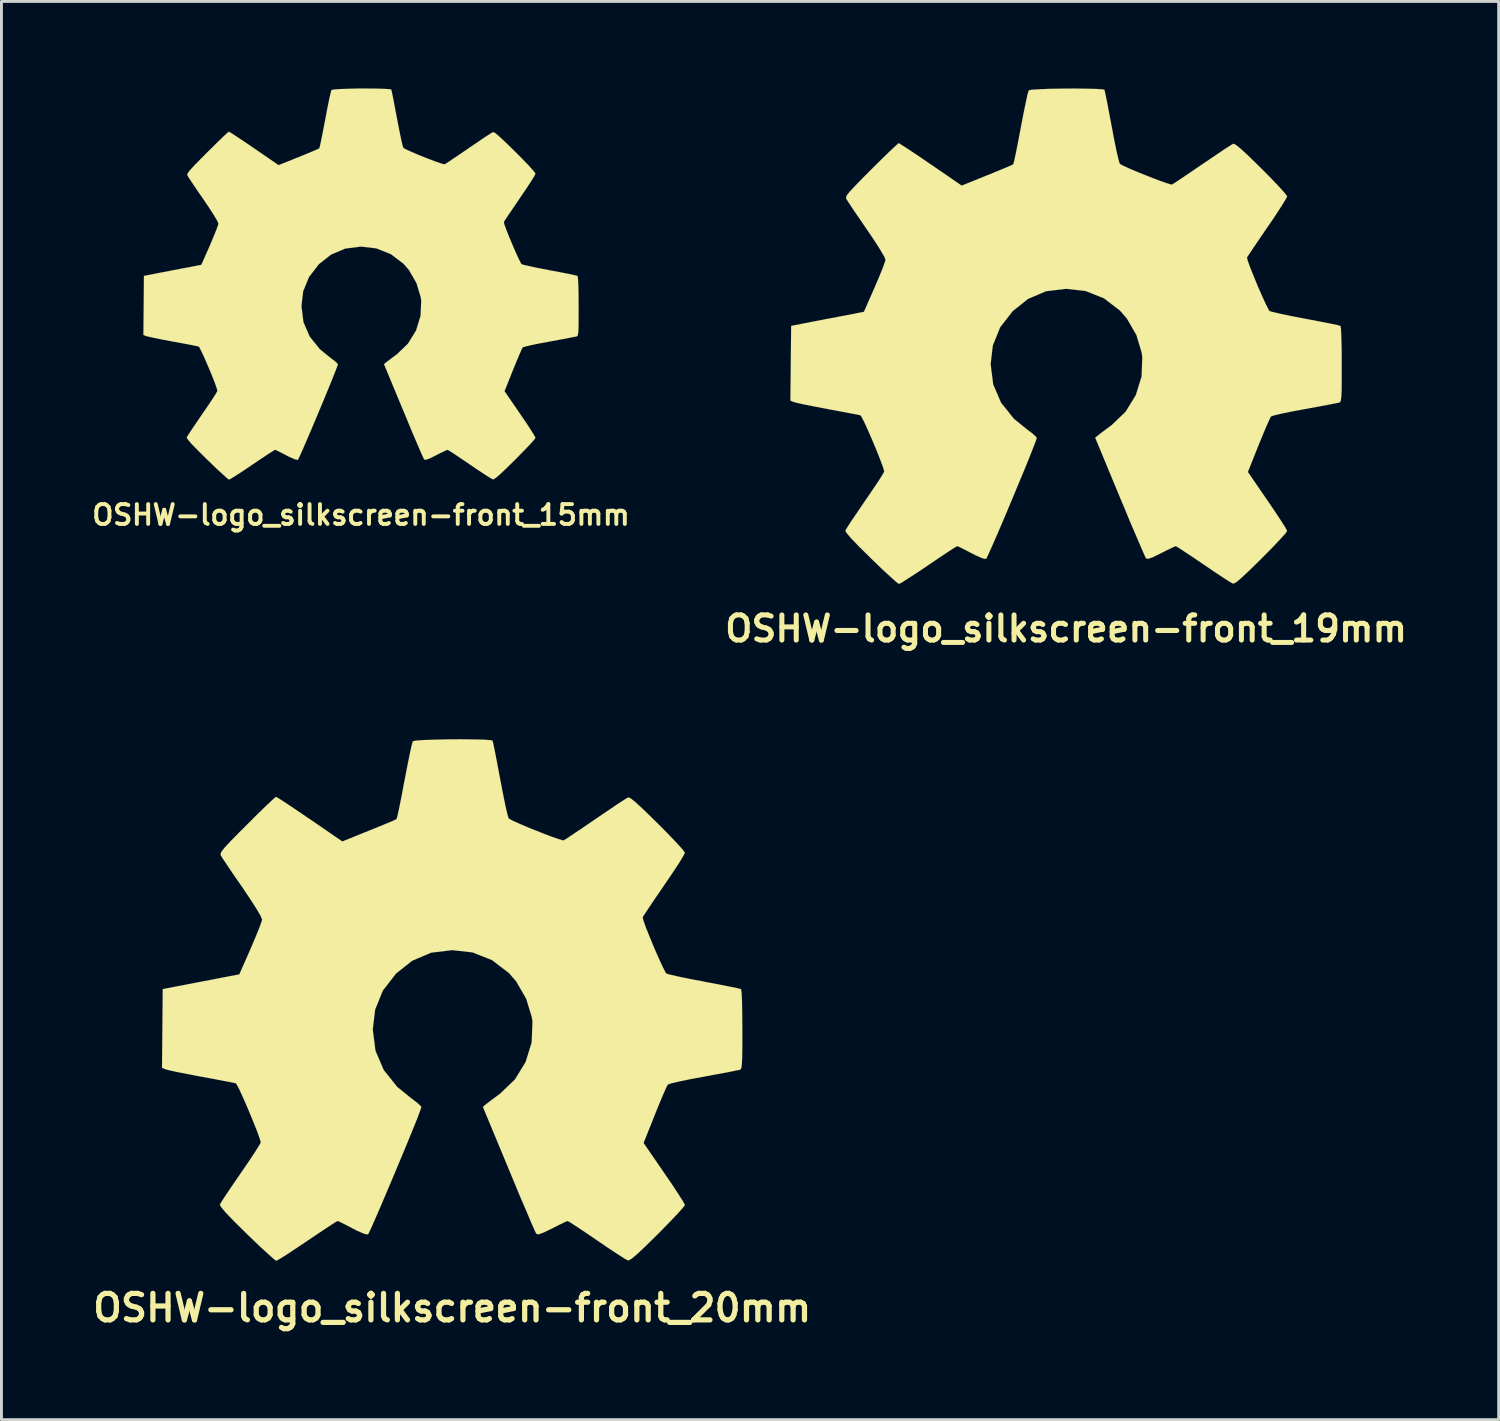
<source format=kicad_pcb>
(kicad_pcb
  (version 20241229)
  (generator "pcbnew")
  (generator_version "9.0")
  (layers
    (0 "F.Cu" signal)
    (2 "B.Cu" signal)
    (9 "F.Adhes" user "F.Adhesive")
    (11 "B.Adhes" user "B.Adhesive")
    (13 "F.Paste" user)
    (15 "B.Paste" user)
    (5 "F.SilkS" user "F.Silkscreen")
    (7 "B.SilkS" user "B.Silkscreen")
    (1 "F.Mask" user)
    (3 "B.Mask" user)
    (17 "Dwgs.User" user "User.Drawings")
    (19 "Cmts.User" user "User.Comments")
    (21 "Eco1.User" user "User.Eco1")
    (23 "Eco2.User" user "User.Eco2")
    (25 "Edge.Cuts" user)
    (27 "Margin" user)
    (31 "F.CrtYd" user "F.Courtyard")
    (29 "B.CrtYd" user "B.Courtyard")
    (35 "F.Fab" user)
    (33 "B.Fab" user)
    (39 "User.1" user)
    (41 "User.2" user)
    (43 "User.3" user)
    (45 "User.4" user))
  (footprint "OSHW-logo_silkscreen-front_19mm"
    (layer "F.Cu")
    (at 33.687 8.538)
    (property "Reference" "OSHW-logo_silkscreen-front_19mm" (at 0 10.076 0) (layer "F.SilkS") (effects (font (size 0.866 0.866) (thickness 0.173))))
    (attr through_hole)
    (fp_poly (pts (xy -5.761 8.534) (xy -5.659 8.484) (xy -5.438 8.341) (xy -5.121 8.136) (xy -4.745 7.884) (xy -4.369 7.628) (xy -4.059 7.422) (xy -3.843 7.282) (xy -3.754 7.231) (xy -3.703 7.249) (xy -3.526 7.336) (xy -3.266 7.47) (xy -3.114 7.549) (xy -2.875 7.653) (xy -2.758 7.673) (xy -2.738 7.64) (xy -2.652 7.457) (xy -2.515 7.148) (xy -2.334 6.734) (xy -2.129 6.253) (xy -1.91 5.733) (xy -1.689 5.202) (xy -1.478 4.696) (xy -1.293 4.242) (xy -1.146 3.871) (xy -1.046 3.614) (xy -1.011 3.505) (xy -1.021 3.48) (xy -1.14 3.365) (xy -1.349 3.208) (xy -1.796 2.845) (xy -2.24 2.291) (xy -2.512 1.661) (xy -2.601 0.963) (xy -2.525 0.315) (xy -2.271 -0.312) (xy -1.836 -0.871) (xy -1.311 -1.288) (xy -0.693 -1.552) (xy -0.003 -1.636) (xy 0.663 -1.562) (xy 1.3 -1.311) (xy 1.859 -0.884) (xy 2.095 -0.61) (xy 2.423 -0.043) (xy 2.606 0.566) (xy 2.626 0.721) (xy 2.601 1.387) (xy 2.403 2.027) (xy 2.05 2.601) (xy 1.562 3.068) (xy 1.501 3.111) (xy 1.273 3.282) (xy 1.12 3.399) (xy 1.003 3.495) (xy 1.852 5.542) (xy 1.989 5.867) (xy 2.22 6.426) (xy 2.426 6.906) (xy 2.591 7.29) (xy 2.703 7.546) (xy 2.753 7.648) (xy 2.758 7.656) (xy 2.832 7.668) (xy 2.99 7.612) (xy 3.274 7.473) (xy 3.465 7.376) (xy 3.68 7.272) (xy 3.78 7.231) (xy 3.861 7.277) (xy 4.069 7.414) (xy 4.374 7.615) (xy 4.74 7.864) (xy 5.088 8.1) (xy 5.408 8.313) (xy 5.641 8.463) (xy 5.753 8.522) (xy 5.773 8.522) (xy 5.875 8.466) (xy 6.055 8.313) (xy 6.335 8.049) (xy 6.731 7.661) (xy 6.789 7.602) (xy 7.115 7.272) (xy 7.376 6.995) (xy 7.554 6.8) (xy 7.617 6.708) (xy 7.559 6.596) (xy 7.412 6.365) (xy 7.198 6.04) (xy 6.939 5.659) (xy 6.264 4.676) (xy 6.634 3.747) (xy 6.749 3.465) (xy 6.894 3.119) (xy 7.003 2.873) (xy 7.056 2.766) (xy 7.158 2.728) (xy 7.414 2.667) (xy 7.78 2.591) (xy 8.219 2.51) (xy 8.639 2.433) (xy 9.017 2.362) (xy 9.291 2.309) (xy 9.413 2.283) (xy 9.444 2.266) (xy 9.467 2.207) (xy 9.484 2.078) (xy 9.495 1.847) (xy 9.497 1.486) (xy 9.497 0.963) (xy 9.497 0.907) (xy 9.495 0.406) (xy 9.484 0.008) (xy 9.472 -0.254) (xy 9.454 -0.358) (xy 9.451 -0.358) (xy 9.335 -0.389) (xy 9.068 -0.445) (xy 8.689 -0.518) (xy 8.237 -0.605) (xy 8.209 -0.61) (xy 7.76 -0.696) (xy 7.384 -0.775) (xy 7.122 -0.836) (xy 7.01 -0.869) (xy 6.988 -0.902) (xy 6.896 -1.077) (xy 6.767 -1.356) (xy 6.617 -1.697) (xy 6.472 -2.05) (xy 6.345 -2.365) (xy 6.259 -2.603) (xy 6.233 -2.71) (xy 6.233 -2.713) (xy 6.302 -2.822) (xy 6.457 -3.053) (xy 6.675 -3.376) (xy 6.937 -3.759) (xy 6.957 -3.787) (xy 7.216 -4.168) (xy 7.424 -4.488) (xy 7.564 -4.717) (xy 7.617 -4.821) (xy 7.615 -4.829) (xy 7.531 -4.94) (xy 7.336 -5.156) (xy 7.061 -5.446) (xy 6.728 -5.781) (xy 6.622 -5.885) (xy 6.253 -6.246) (xy 5.994 -6.482) (xy 5.837 -6.607) (xy 5.761 -6.634) (xy 5.756 -6.634) (xy 5.641 -6.563) (xy 5.403 -6.408) (xy 5.077 -6.187) (xy 4.691 -5.926) (xy 4.663 -5.908) (xy 4.285 -5.649) (xy 3.967 -5.436) (xy 3.744 -5.286) (xy 3.645 -5.227) (xy 3.63 -5.227) (xy 3.475 -5.273) (xy 3.205 -5.367) (xy 2.873 -5.497) (xy 2.52 -5.636) (xy 2.202 -5.771) (xy 1.961 -5.88) (xy 1.849 -5.944) (xy 1.847 -5.951) (xy 1.806 -6.086) (xy 1.74 -6.37) (xy 1.659 -6.761) (xy 1.572 -7.226) (xy 1.557 -7.303) (xy 1.471 -7.755) (xy 1.4 -8.128) (xy 1.346 -8.387) (xy 1.321 -8.494) (xy 1.255 -8.509) (xy 1.034 -8.524) (xy 0.696 -8.532) (xy 0.287 -8.537) (xy -0.145 -8.534) (xy -0.564 -8.527) (xy -0.922 -8.512) (xy -1.179 -8.496) (xy -1.285 -8.473) (xy -1.29 -8.468) (xy -1.331 -8.329) (xy -1.392 -8.042) (xy -1.473 -7.648) (xy -1.562 -7.183) (xy -1.577 -7.102) (xy -1.664 -6.65) (xy -1.737 -6.279) (xy -1.793 -6.025) (xy -1.821 -5.926) (xy -1.862 -5.903) (xy -2.05 -5.822) (xy -2.352 -5.697) (xy -2.725 -5.545) (xy -3.597 -5.192) (xy -4.661 -5.923) (xy -4.76 -5.989) (xy -5.144 -6.251) (xy -5.458 -6.459) (xy -5.679 -6.601) (xy -5.768 -6.655) (xy -5.776 -6.65) (xy -5.883 -6.556) (xy -6.093 -6.358) (xy -6.38 -6.078) (xy -6.718 -5.743) (xy -6.967 -5.494) (xy -7.259 -5.194) (xy -7.447 -4.994) (xy -7.549 -4.867) (xy -7.584 -4.788) (xy -7.574 -4.735) (xy -7.506 -4.628) (xy -7.351 -4.392) (xy -7.13 -4.069) (xy -6.871 -3.691) (xy -6.657 -3.376) (xy -6.426 -3.018) (xy -6.274 -2.761) (xy -6.223 -2.637) (xy -6.236 -2.586) (xy -6.309 -2.377) (xy -6.436 -2.062) (xy -6.596 -1.687) (xy -6.967 -0.843) (xy -7.521 -0.734) (xy -7.856 -0.671) (xy -8.324 -0.582) (xy -8.776 -0.495) (xy -9.474 -0.358) (xy -9.5 2.217) (xy -9.39 2.263) (xy -9.289 2.291) (xy -9.027 2.349) (xy -8.656 2.423) (xy -8.219 2.507) (xy -7.846 2.576) (xy -7.473 2.647) (xy -7.203 2.697) (xy -7.084 2.725) (xy -7.054 2.766) (xy -6.96 2.946) (xy -6.828 3.236) (xy -6.678 3.581) (xy -6.525 3.945) (xy -6.396 4.275) (xy -6.302 4.529) (xy -6.266 4.661) (xy -6.32 4.757) (xy -6.459 4.981) (xy -6.668 5.293) (xy -6.924 5.667) (xy -7.178 6.04) (xy -7.394 6.358) (xy -7.544 6.589) (xy -7.605 6.693) (xy -7.574 6.764) (xy -7.424 6.944) (xy -7.145 7.236) (xy -6.726 7.65) (xy -6.657 7.717) (xy -6.325 8.037) (xy -6.043 8.296) (xy -5.847 8.471) (xy -5.761 8.534)) (stroke (width 0.003) (type solid)) (fill yes) (layer "F.SilkS")))
  (footprint "OSHW-logo_silkscreen-front_15mm"
    (layer "F.Cu")
    (at 9.39 6.74)
    (property "Reference" "OSHW-logo_silkscreen-front_15mm" (at 0 7.955 0) (layer "F.SilkS") (effects (font (size 0.683 0.683) (thickness 0.135))))
    (attr through_hole)
    (fp_poly (pts (xy -4.547 6.739) (xy -4.468 6.695) (xy -4.293 6.586) (xy -4.041 6.421) (xy -3.747 6.223) (xy -3.449 6.022) (xy -3.205 5.86) (xy -3.033 5.751) (xy -2.962 5.71) (xy -2.924 5.723) (xy -2.781 5.791) (xy -2.578 5.898) (xy -2.459 5.959) (xy -2.271 6.04) (xy -2.177 6.058) (xy -2.162 6.032) (xy -2.093 5.888) (xy -1.984 5.641) (xy -1.844 5.316) (xy -1.681 4.935) (xy -1.509 4.526) (xy -1.333 4.107) (xy -1.168 3.708) (xy -1.021 3.348) (xy -0.904 3.056) (xy -0.826 2.855) (xy -0.798 2.766) (xy -0.805 2.748) (xy -0.899 2.657) (xy -1.064 2.532) (xy -1.417 2.245) (xy -1.768 1.808) (xy -1.984 1.311) (xy -2.052 0.759) (xy -1.994 0.249) (xy -1.791 -0.246) (xy -1.45 -0.688) (xy -1.034 -1.016) (xy -0.546 -1.224) (xy 0 -1.293) (xy 0.523 -1.232) (xy 1.026 -1.034) (xy 1.468 -0.699) (xy 1.654 -0.483) (xy 1.913 -0.033) (xy 2.057 0.447) (xy 2.075 0.569) (xy 2.052 1.095) (xy 1.897 1.6) (xy 1.618 2.052) (xy 1.232 2.423) (xy 1.184 2.456) (xy 1.006 2.591) (xy 0.884 2.682) (xy 0.792 2.758) (xy 1.463 4.374) (xy 1.57 4.63) (xy 1.753 5.072) (xy 1.915 5.453) (xy 2.045 5.756) (xy 2.134 5.956) (xy 2.174 6.038) (xy 2.177 6.043) (xy 2.235 6.053) (xy 2.36 6.01) (xy 2.586 5.898) (xy 2.733 5.822) (xy 2.906 5.74) (xy 2.982 5.71) (xy 3.048 5.745) (xy 3.213 5.852) (xy 3.452 6.012) (xy 3.741 6.208) (xy 4.016 6.396) (xy 4.27 6.563) (xy 4.455 6.68) (xy 4.542 6.728) (xy 4.557 6.728) (xy 4.638 6.683) (xy 4.78 6.563) (xy 5.001 6.355) (xy 5.314 6.048) (xy 5.359 6.002) (xy 5.616 5.74) (xy 5.824 5.522) (xy 5.964 5.367) (xy 6.012 5.296) (xy 5.966 5.207) (xy 5.852 5.024) (xy 5.685 4.768) (xy 5.479 4.468) (xy 4.945 3.691) (xy 5.237 2.959) (xy 5.329 2.733) (xy 5.443 2.461) (xy 5.527 2.268) (xy 5.57 2.182) (xy 5.652 2.154) (xy 5.852 2.106) (xy 6.142 2.045) (xy 6.49 1.981) (xy 6.82 1.92) (xy 7.12 1.864) (xy 7.336 1.821) (xy 7.432 1.803) (xy 7.455 1.788) (xy 7.475 1.742) (xy 7.488 1.641) (xy 7.496 1.458) (xy 7.498 1.173) (xy 7.498 0.759) (xy 7.498 0.714) (xy 7.496 0.32) (xy 7.488 0.005) (xy 7.475 -0.201) (xy 7.463 -0.282) (xy 7.369 -0.305) (xy 7.158 -0.351) (xy 6.861 -0.409) (xy 6.502 -0.475) (xy 6.482 -0.48) (xy 6.126 -0.549) (xy 5.829 -0.612) (xy 5.621 -0.658) (xy 5.535 -0.686) (xy 5.514 -0.711) (xy 5.443 -0.851) (xy 5.342 -1.069) (xy 5.225 -1.339) (xy 5.108 -1.618) (xy 5.009 -1.867) (xy 4.94 -2.055) (xy 4.92 -2.139) (xy 4.923 -2.141) (xy 4.976 -2.228) (xy 5.098 -2.41) (xy 5.271 -2.664) (xy 5.476 -2.967) (xy 5.491 -2.99) (xy 5.695 -3.289) (xy 5.862 -3.543) (xy 5.972 -3.724) (xy 6.012 -3.805) (xy 6.012 -3.81) (xy 5.944 -3.901) (xy 5.791 -4.072) (xy 5.573 -4.3) (xy 5.311 -4.564) (xy 5.227 -4.646) (xy 4.935 -4.93) (xy 4.732 -5.116) (xy 4.608 -5.217) (xy 4.547 -5.237) (xy 4.544 -5.237) (xy 4.455 -5.182) (xy 4.265 -5.06) (xy 4.008 -4.884) (xy 3.703 -4.679) (xy 3.683 -4.663) (xy 3.383 -4.46) (xy 3.132 -4.29) (xy 2.957 -4.173) (xy 2.878 -4.128) (xy 2.865 -4.128) (xy 2.743 -4.163) (xy 2.53 -4.237) (xy 2.268 -4.338) (xy 1.989 -4.45) (xy 1.737 -4.557) (xy 1.549 -4.643) (xy 1.46 -4.694) (xy 1.458 -4.696) (xy 1.425 -4.806) (xy 1.374 -5.029) (xy 1.311 -5.339) (xy 1.24 -5.705) (xy 1.229 -5.763) (xy 1.161 -6.121) (xy 1.105 -6.416) (xy 1.062 -6.622) (xy 1.041 -6.706) (xy 0.991 -6.716) (xy 0.815 -6.728) (xy 0.549 -6.736) (xy 0.226 -6.739) (xy -0.114 -6.739) (xy -0.445 -6.731) (xy -0.729 -6.721) (xy -0.93 -6.706) (xy -1.016 -6.69) (xy -1.019 -6.685) (xy -1.049 -6.574) (xy -1.1 -6.35) (xy -1.163 -6.038) (xy -1.232 -5.672) (xy -1.245 -5.606) (xy -1.313 -5.25) (xy -1.372 -4.958) (xy -1.415 -4.755) (xy -1.438 -4.676) (xy -1.471 -4.661) (xy -1.618 -4.595) (xy -1.857 -4.496) (xy -2.151 -4.376) (xy -2.84 -4.1) (xy -3.68 -4.676) (xy -3.757 -4.729) (xy -4.061 -4.935) (xy -4.31 -5.1) (xy -4.483 -5.212) (xy -4.554 -5.253) (xy -4.559 -5.25) (xy -4.643 -5.177) (xy -4.811 -5.019) (xy -5.037 -4.798) (xy -5.304 -4.534) (xy -5.499 -4.338) (xy -5.73 -4.102) (xy -5.878 -3.942) (xy -5.959 -3.84) (xy -5.987 -3.78) (xy -5.979 -3.739) (xy -5.926 -3.653) (xy -5.801 -3.467) (xy -5.629 -3.211) (xy -5.423 -2.913) (xy -5.255 -2.664) (xy -5.072 -2.383) (xy -4.953 -2.179) (xy -4.912 -2.083) (xy -4.923 -2.042) (xy -4.981 -1.877) (xy -5.083 -1.628) (xy -5.207 -1.331) (xy -5.502 -0.665) (xy -5.939 -0.579) (xy -6.203 -0.531) (xy -6.571 -0.46) (xy -6.927 -0.391) (xy -7.48 -0.282) (xy -7.498 1.75) (xy -7.414 1.788) (xy -7.333 1.808) (xy -7.127 1.854) (xy -6.835 1.913) (xy -6.49 1.979) (xy -6.195 2.032) (xy -5.898 2.088) (xy -5.687 2.131) (xy -5.593 2.151) (xy -5.568 2.182) (xy -5.494 2.327) (xy -5.39 2.553) (xy -5.271 2.827) (xy -5.151 3.114) (xy -5.047 3.376) (xy -4.976 3.574) (xy -4.948 3.678) (xy -4.989 3.757) (xy -5.1 3.932) (xy -5.263 4.178) (xy -5.466 4.473) (xy -5.667 4.768) (xy -5.837 5.019) (xy -5.956 5.202) (xy -6.005 5.283) (xy -5.979 5.339) (xy -5.862 5.481) (xy -5.639 5.712) (xy -5.309 6.04) (xy -5.255 6.091) (xy -4.991 6.345) (xy -4.77 6.548) (xy -4.615 6.688) (xy -4.547 6.739)) (stroke (width 0.003) (type solid)) (fill yes) (layer "F.SilkS")))
  (footprint "OSHW-logo_silkscreen-front_20mm"
    (layer "F.Cu")
    (at 12.533 31.412)
    (property "Reference" "OSHW-logo_silkscreen-front_20mm" (at 0 10.607 0) (layer "F.SilkS") (effects (font (size 0.912 0.912) (thickness 0.18))))
    (attr through_hole)
    (fp_poly (pts (xy -6.063 8.984) (xy -5.959 8.928) (xy -5.723 8.781) (xy -5.39 8.562) (xy -4.996 8.298) (xy -4.6 8.031) (xy -4.272 7.813) (xy -4.046 7.666) (xy -3.95 7.612) (xy -3.899 7.63) (xy -3.711 7.722) (xy -3.437 7.864) (xy -3.279 7.948) (xy -3.028 8.054) (xy -2.903 8.077) (xy -2.883 8.042) (xy -2.791 7.851) (xy -2.647 7.523) (xy -2.459 7.089) (xy -2.243 6.581) (xy -2.012 6.035) (xy -1.778 5.476) (xy -1.557 4.943) (xy -1.361 4.465) (xy -1.204 4.077) (xy -1.102 3.805) (xy -1.064 3.688) (xy -1.074 3.665) (xy -1.201 3.543) (xy -1.42 3.378) (xy -1.892 2.995) (xy -2.36 2.41) (xy -2.644 1.748) (xy -2.738 1.013) (xy -2.657 0.33) (xy -2.39 -0.328) (xy -1.933 -0.917) (xy -1.379 -1.356) (xy -0.729 -1.633) (xy -0.003 -1.722) (xy 0.699 -1.643) (xy 1.369 -1.379) (xy 1.958 -0.93) (xy 2.205 -0.643) (xy 2.55 -0.046) (xy 2.746 0.597) (xy 2.766 0.759) (xy 2.738 1.46) (xy 2.53 2.134) (xy 2.159 2.738) (xy 1.643 3.231) (xy 1.58 3.277) (xy 1.341 3.454) (xy 1.181 3.576) (xy 1.057 3.68) (xy 1.951 5.832) (xy 2.093 6.175) (xy 2.337 6.764) (xy 2.555 7.269) (xy 2.725 7.673) (xy 2.845 7.943) (xy 2.898 8.052) (xy 2.903 8.057) (xy 2.982 8.072) (xy 3.147 8.011) (xy 3.447 7.866) (xy 3.645 7.765) (xy 3.873 7.653) (xy 3.978 7.612) (xy 4.064 7.661) (xy 4.285 7.803) (xy 4.605 8.016) (xy 4.989 8.278) (xy 5.354 8.527) (xy 5.692 8.75) (xy 5.939 8.908) (xy 6.058 8.971) (xy 6.076 8.971) (xy 6.182 8.913) (xy 6.375 8.75) (xy 6.67 8.473) (xy 7.084 8.065) (xy 7.148 8.001) (xy 7.488 7.653) (xy 7.765 7.363) (xy 7.95 7.155) (xy 8.019 7.061) (xy 7.958 6.944) (xy 7.803 6.701) (xy 7.579 6.358) (xy 7.305 5.959) (xy 6.594 4.923) (xy 6.985 3.945) (xy 7.104 3.645) (xy 7.257 3.282) (xy 7.371 3.023) (xy 7.429 2.911) (xy 7.536 2.873) (xy 7.803 2.809) (xy 8.191 2.728) (xy 8.654 2.642) (xy 9.093 2.56) (xy 9.492 2.487) (xy 9.779 2.428) (xy 9.909 2.403) (xy 9.939 2.385) (xy 9.967 2.322) (xy 9.982 2.187) (xy 9.992 1.946) (xy 9.997 1.565) (xy 9.997 1.013) (xy 9.997 0.953) (xy 9.992 0.427) (xy 9.985 0.008) (xy 9.97 -0.269) (xy 9.952 -0.376) (xy 9.949 -0.378) (xy 9.825 -0.409) (xy 9.545 -0.467) (xy 9.147 -0.546) (xy 8.672 -0.635) (xy 8.644 -0.643) (xy 8.169 -0.732) (xy 7.772 -0.815) (xy 7.496 -0.879) (xy 7.379 -0.914) (xy 7.353 -0.95) (xy 7.259 -1.133) (xy 7.122 -1.427) (xy 6.965 -1.786) (xy 6.812 -2.156) (xy 6.678 -2.489) (xy 6.589 -2.741) (xy 6.561 -2.852) (xy 6.563 -2.855) (xy 6.634 -2.969) (xy 6.797 -3.213) (xy 7.026 -3.553) (xy 7.303 -3.957) (xy 7.323 -3.988) (xy 7.595 -4.387) (xy 7.816 -4.724) (xy 7.963 -4.966) (xy 8.019 -5.075) (xy 8.016 -5.083) (xy 7.927 -5.202) (xy 7.722 -5.428) (xy 7.432 -5.733) (xy 7.082 -6.086) (xy 6.97 -6.195) (xy 6.581 -6.574) (xy 6.312 -6.822) (xy 6.144 -6.955) (xy 6.063 -6.985) (xy 6.06 -6.982) (xy 5.939 -6.909) (xy 5.687 -6.746) (xy 5.344 -6.513) (xy 4.938 -6.238) (xy 4.91 -6.218) (xy 4.511 -5.946) (xy 4.178 -5.723) (xy 3.942 -5.565) (xy 3.838 -5.502) (xy 3.82 -5.502) (xy 3.658 -5.55) (xy 3.373 -5.649) (xy 3.023 -5.786) (xy 2.654 -5.933) (xy 2.319 -6.076) (xy 2.065 -6.19) (xy 1.946 -6.259) (xy 1.943 -6.264) (xy 1.9 -6.406) (xy 1.831 -6.706) (xy 1.748 -7.117) (xy 1.654 -7.607) (xy 1.638 -7.686) (xy 1.549 -8.164) (xy 1.473 -8.555) (xy 1.417 -8.829) (xy 1.389 -8.941) (xy 1.323 -8.956) (xy 1.087 -8.974) (xy 0.732 -8.981) (xy 0.302 -8.987) (xy -0.152 -8.984) (xy -0.594 -8.974) (xy -0.973 -8.961) (xy -1.242 -8.943) (xy -1.354 -8.92) (xy -1.359 -8.913) (xy -1.4 -8.766) (xy -1.466 -8.466) (xy -1.549 -8.052) (xy -1.643 -7.562) (xy -1.661 -7.475) (xy -1.75 -7) (xy -1.829 -6.609) (xy -1.887 -6.342) (xy -1.918 -6.236) (xy -1.961 -6.213) (xy -2.156 -6.129) (xy -2.474 -5.997) (xy -2.87 -5.837) (xy -3.787 -5.466) (xy -4.907 -6.236) (xy -5.011 -6.304) (xy -5.415 -6.579) (xy -5.745 -6.8) (xy -5.977 -6.949) (xy -6.073 -7.003) (xy -6.081 -7) (xy -6.193 -6.901) (xy -6.413 -6.693) (xy -6.718 -6.398) (xy -7.071 -6.045) (xy -7.333 -5.784) (xy -7.643 -5.469) (xy -7.838 -5.258) (xy -7.945 -5.121) (xy -7.983 -5.039) (xy -7.973 -4.983) (xy -7.902 -4.869) (xy -7.737 -4.623) (xy -7.506 -4.282) (xy -7.231 -3.886) (xy -7.008 -3.553) (xy -6.764 -3.178) (xy -6.604 -2.908) (xy -6.551 -2.776) (xy -6.563 -2.723) (xy -6.642 -2.502) (xy -6.777 -2.169) (xy -6.944 -1.775) (xy -7.336 -0.886) (xy -7.917 -0.775) (xy -8.27 -0.706) (xy -8.763 -0.612) (xy -9.235 -0.521) (xy -9.975 -0.378) (xy -10 2.334) (xy -9.886 2.383) (xy -9.776 2.413) (xy -9.502 2.474) (xy -9.114 2.55) (xy -8.654 2.639) (xy -8.26 2.71) (xy -7.866 2.786) (xy -7.582 2.84) (xy -7.457 2.868) (xy -7.424 2.911) (xy -7.325 3.101) (xy -7.186 3.406) (xy -7.028 3.772) (xy -6.871 4.15) (xy -6.731 4.501) (xy -6.634 4.768) (xy -6.596 4.905) (xy -6.652 5.009) (xy -6.8 5.243) (xy -7.018 5.573) (xy -7.287 5.966) (xy -7.556 6.358) (xy -7.783 6.693) (xy -7.94 6.934) (xy -8.006 7.046) (xy -7.973 7.12) (xy -7.816 7.31) (xy -7.521 7.617) (xy -7.079 8.054) (xy -7.008 8.123) (xy -6.657 8.461) (xy -6.36 8.733) (xy -6.154 8.918) (xy -6.063 8.984)) (stroke (width 0.003) (type solid)) (fill yes) (layer "F.SilkS")))
  (gr_rect
    (start -3 -3)
    (end 48.593 45.869)
    (stroke (width 0.1) (type default))
    (fill no)
    (layer "Edge.Cuts")))
</source>
